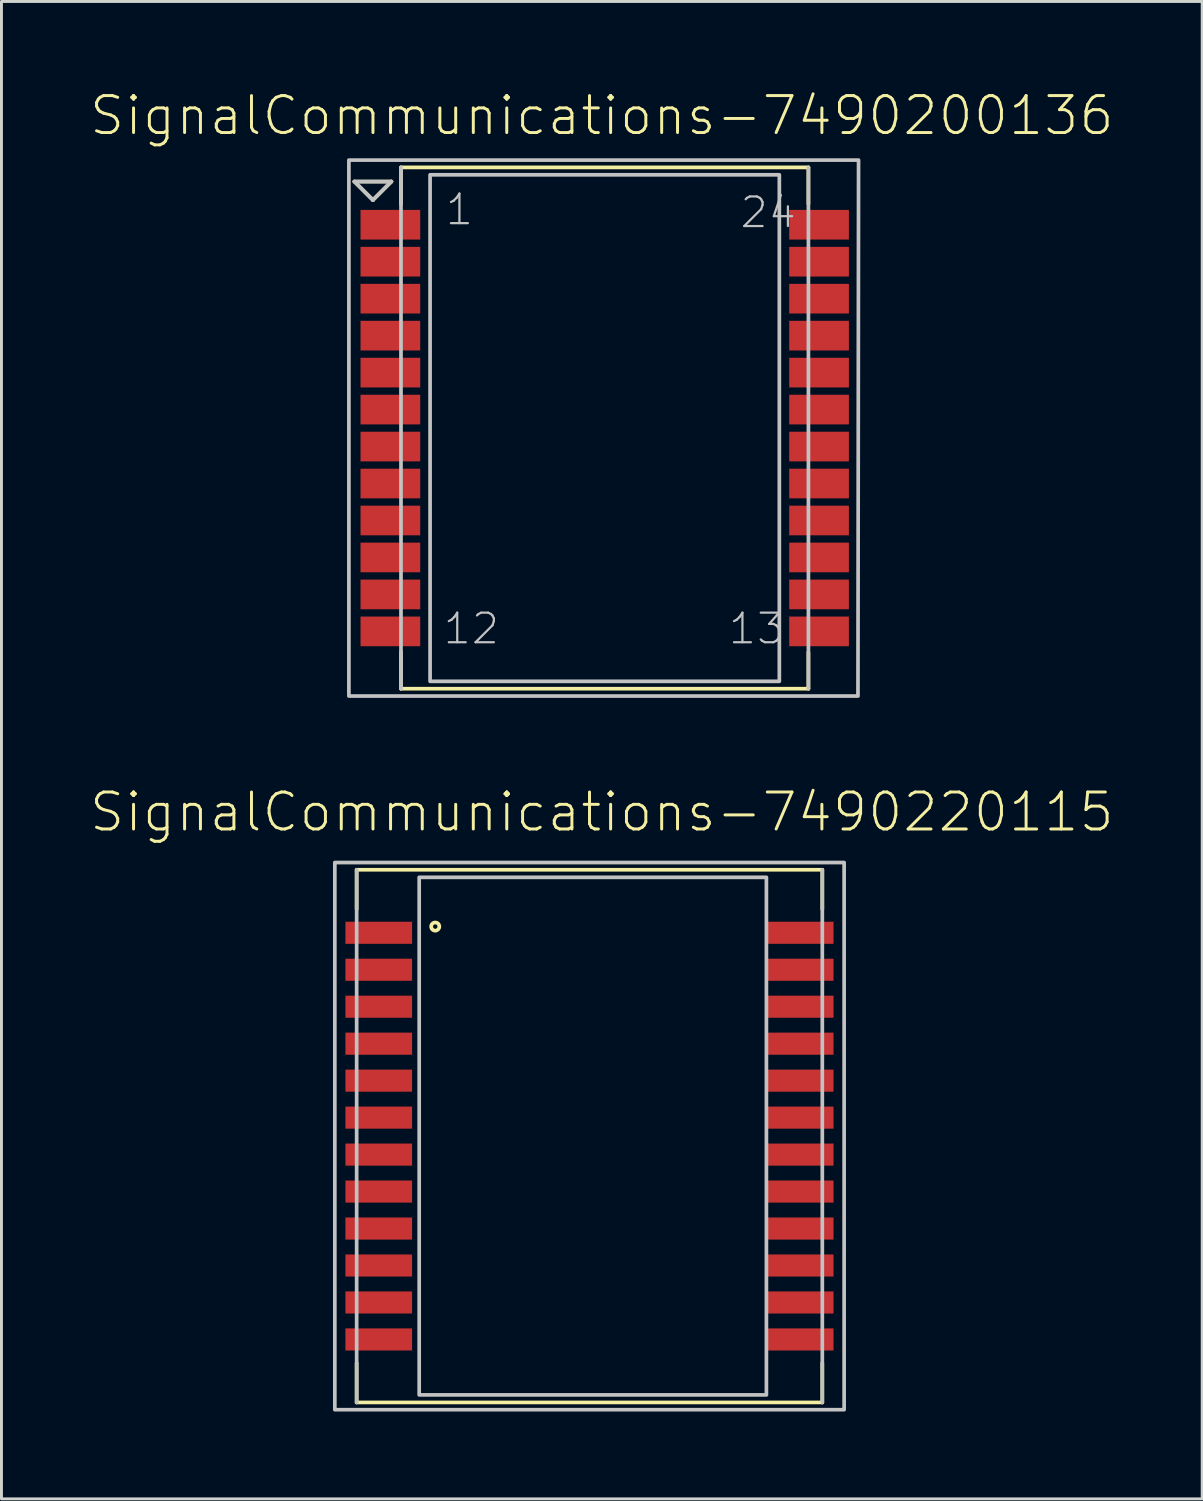
<source format=kicad_pcb>
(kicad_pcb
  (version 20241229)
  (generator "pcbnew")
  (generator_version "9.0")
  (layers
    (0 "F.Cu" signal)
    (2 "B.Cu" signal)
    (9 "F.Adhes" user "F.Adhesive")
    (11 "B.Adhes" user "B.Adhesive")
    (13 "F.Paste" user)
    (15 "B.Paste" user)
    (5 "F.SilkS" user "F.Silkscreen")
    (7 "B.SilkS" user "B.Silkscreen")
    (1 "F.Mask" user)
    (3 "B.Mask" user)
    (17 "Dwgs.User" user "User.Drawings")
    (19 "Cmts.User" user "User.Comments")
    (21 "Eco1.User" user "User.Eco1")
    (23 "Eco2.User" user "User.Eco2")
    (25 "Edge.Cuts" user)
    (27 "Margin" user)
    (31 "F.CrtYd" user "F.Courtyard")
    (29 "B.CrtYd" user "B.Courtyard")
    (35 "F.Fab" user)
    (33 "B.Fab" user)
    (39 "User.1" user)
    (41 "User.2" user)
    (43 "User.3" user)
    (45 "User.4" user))
  (footprint "SignalCommunications-7490220115"
    (layer "F.Cu")
    (at 17.2 35.978)
    (property "Reference" "SignalCommunications-7490220115" (at 0.424 -11.133 0) (layer "F.SilkS") (effects (font (size 1.27 1.27) (thickness 0.102))))
    (attr smd)
    (fp_line (start -7.998 -9.149) (end 7.998 -9.149) (stroke (width 0.127) (type solid)) (layer "F.SilkS"))
    (fp_line (start -7.998 -7.798) (end -7.998 -9.149) (stroke (width 0.127) (type solid)) (layer "F.SilkS"))
    (fp_line (start -7.998 7.798) (end -7.998 9.149) (stroke (width 0.127) (type solid)) (layer "F.SilkS"))
    (fp_line (start 7.998 -7.798) (end 7.998 -9.149) (stroke (width 0.127) (type solid)) (layer "F.SilkS"))
    (fp_line (start 7.998 7.798) (end 7.998 9.149) (stroke (width 0.127) (type solid)) (layer "F.SilkS"))
    (fp_line (start 7.998 9.149) (end -7.998 9.149) (stroke (width 0.127) (type solid)) (layer "F.SilkS"))
    (fp_circle (center -5.298 -7.198) (end -5.298 -7.338) (stroke (width 0.127) (type solid)) (fill no) (layer "F.SilkS"))
    (fp_line (start -7.998 9.149) (end -7.998 -9.149) (stroke (width 0.127) (type solid)) (layer "Dwgs.User"))
    (fp_line (start 7.998 -9.149) (end 7.998 9.149) (stroke (width 0.127) (type solid)) (layer "Dwgs.User"))
    (fp_poly (pts (xy -8.748 -9.398) (xy 8.748 -9.398) (xy 8.748 9.398) (xy -8.748 9.398) (xy -8.748 -9.398)) (stroke (width 0.127) (type solid)) (fill no) (layer "Dwgs.User"))
    (fp_poly (pts (xy -5.85 -8.89) (xy 6.078 -8.89) (xy 6.078 8.89) (xy -5.85 8.89) (xy -5.85 -8.89)) (stroke (width 0.127) (type solid)) (fill no) (layer "Dwgs.User"))
    (pad "1" smd rect (at -7.239 -6.985) (size 2.289 0.759) (layers "F.Cu" "F.Mask" "F.Paste"))
    (pad "2" smd rect (at -7.239 -5.715) (size 2.289 0.759) (layers "F.Cu" "F.Mask" "F.Paste"))
    (pad "3" smd rect (at -7.239 -4.445) (size 2.289 0.759) (layers "F.Cu" "F.Mask" "F.Paste"))
    (pad "4" smd rect (at -7.239 -3.175) (size 2.289 0.759) (layers "F.Cu" "F.Mask" "F.Paste"))
    (pad "5" smd rect (at -7.239 -1.905) (size 2.289 0.759) (layers "F.Cu" "F.Mask" "F.Paste"))
    (pad "6" smd rect (at -7.239 -0.635) (size 2.289 0.759) (layers "F.Cu" "F.Mask" "F.Paste"))
    (pad "7" smd rect (at -7.239 0.635) (size 2.289 0.759) (layers "F.Cu" "F.Mask" "F.Paste"))
    (pad "8" smd rect (at -7.239 1.905) (size 2.289 0.759) (layers "F.Cu" "F.Mask" "F.Paste"))
    (pad "9" smd rect (at -7.239 3.175) (size 2.289 0.759) (layers "F.Cu" "F.Mask" "F.Paste"))
    (pad "10" smd rect (at -7.239 4.445) (size 2.289 0.759) (layers "F.Cu" "F.Mask" "F.Paste"))
    (pad "11" smd rect (at -7.239 5.715) (size 2.289 0.759) (layers "F.Cu" "F.Mask" "F.Paste"))
    (pad "12" smd rect (at -7.239 6.985) (size 2.289 0.759) (layers "F.Cu" "F.Mask" "F.Paste"))
    (pad "13" smd rect (at 7.239 6.985) (size 2.289 0.759) (layers "F.Cu" "F.Mask" "F.Paste"))
    (pad "14" smd rect (at 7.239 5.715) (size 2.289 0.759) (layers "F.Cu" "F.Mask" "F.Paste"))
    (pad "15" smd rect (at 7.239 4.445) (size 2.289 0.759) (layers "F.Cu" "F.Mask" "F.Paste"))
    (pad "16" smd rect (at 7.239 3.175) (size 2.289 0.759) (layers "F.Cu" "F.Mask" "F.Paste"))
    (pad "17" smd rect (at 7.239 1.905) (size 2.289 0.759) (layers "F.Cu" "F.Mask" "F.Paste"))
    (pad "18" smd rect (at 7.239 0.635) (size 2.289 0.759) (layers "F.Cu" "F.Mask" "F.Paste"))
    (pad "19" smd rect (at 7.239 -0.635) (size 2.289 0.759) (layers "F.Cu" "F.Mask" "F.Paste"))
    (pad "20" smd rect (at 7.239 -1.905) (size 2.289 0.759) (layers "F.Cu" "F.Mask" "F.Paste"))
    (pad "21" smd rect (at 7.239 -3.175) (size 2.289 0.759) (layers "F.Cu" "F.Mask" "F.Paste"))
    (pad "22" smd rect (at 7.239 -4.445) (size 2.289 0.759) (layers "F.Cu" "F.Mask" "F.Paste"))
    (pad "23" smd rect (at 7.239 -5.715) (size 2.289 0.759) (layers "F.Cu" "F.Mask" "F.Paste"))
    (pad "24" smd rect (at 7.239 -6.985) (size 2.289 0.759) (layers "F.Cu" "F.Mask" "F.Paste")))
  (footprint "SignalCommunications-7490200136"
    (layer "F.Cu")
    (at 17.723 11.655)
    (property "Reference" "SignalCommunications-7490200136" (at -0.099 -10.734 0) (layer "F.SilkS") (effects (font (size 1.27 1.27) (thickness 0.102))))
    (attr smd)
    (fp_line (start -8.598 -8.468) (end -7.963 -7.833) (stroke (width 0.127) (type solid)) (layer "F.SilkS"))
    (fp_line (start -7.963 -7.833) (end -7.328 -8.468) (stroke (width 0.127) (type solid)) (layer "F.SilkS"))
    (fp_line (start -7.328 -8.468) (end -8.598 -8.468) (stroke (width 0.127) (type solid)) (layer "F.SilkS"))
    (fp_line (start -6.998 -8.954) (end 6.998 -8.954) (stroke (width 0.127) (type solid)) (layer "F.SilkS"))
    (fp_line (start -6.998 -7.699) (end -6.998 -8.954) (stroke (width 0.127) (type solid)) (layer "F.SilkS"))
    (fp_line (start -6.998 7.699) (end -6.998 8.954) (stroke (width 0.127) (type solid)) (layer "F.SilkS"))
    (fp_line (start 6.998 -7.699) (end 6.998 -8.954) (stroke (width 0.127) (type solid)) (layer "F.SilkS"))
    (fp_line (start 6.998 7.699) (end 6.998 8.954) (stroke (width 0.127) (type solid)) (layer "F.SilkS"))
    (fp_line (start 6.998 8.954) (end -6.998 8.954) (stroke (width 0.127) (type solid)) (layer "F.SilkS"))
    (fp_line (start -8.598 -8.468) (end -7.963 -7.833) (stroke (width 0.127) (type solid)) (layer "Dwgs.User"))
    (fp_line (start -7.963 -7.833) (end -7.328 -8.468) (stroke (width 0.127) (type solid)) (layer "Dwgs.User"))
    (fp_line (start -7.328 -8.468) (end -8.598 -8.468) (stroke (width 0.127) (type solid)) (layer "Dwgs.User"))
    (fp_line (start -6.998 8.954) (end -6.998 -8.954) (stroke (width 0.127) (type solid)) (layer "Dwgs.User"))
    (fp_line (start 6.998 -8.954) (end 6.998 8.954) (stroke (width 0.127) (type solid)) (layer "Dwgs.User"))
    (fp_poly (pts (xy 5.999 -8.7) (xy 5.999 8.7) (xy -5.999 8.7) (xy -5.999 -8.7) (xy 5.999 -8.7)) (stroke (width 0.127) (type solid)) (fill no) (layer "Dwgs.User"))
    (fp_poly (pts (xy 8.7 9.205) (xy -8.788 9.205) (xy -8.788 -9.205) (xy 8.72 -9.205) (xy 8.7 9.205)) (stroke (width 0.127) (type solid)) (fill no) (layer "Dwgs.User"))
    (fp_text user "13" (at 5.215 6.891 0) (layer "Dwgs.User") (effects (font (size 1.016 1.016) (thickness 0.076))))
    (fp_text user "1" (at -4.991 -7.506 0) (layer "Dwgs.User") (effects (font (size 1.016 1.016) (thickness 0.076))))
    (fp_text user "24" (at 5.616 -7.407 0) (layer "Dwgs.User") (effects (font (size 1.016 1.016) (thickness 0.076))))
    (fp_text user "12" (at -4.582 6.891 0) (layer "Dwgs.User") (effects (font (size 1.016 1.016) (thickness 0.076))))
    (pad "1" smd rect (at -7.363 -6.985) (size 2.05 1.019) (layers "F.Cu" "F.Mask" "F.Paste"))
    (pad "2" smd rect (at -7.363 -5.715) (size 2.05 1.019) (layers "F.Cu" "F.Mask" "F.Paste"))
    (pad "3" smd rect (at -7.363 -4.445) (size 2.05 1.019) (layers "F.Cu" "F.Mask" "F.Paste"))
    (pad "4" smd rect (at -7.363 -3.175) (size 2.05 1.019) (layers "F.Cu" "F.Mask" "F.Paste"))
    (pad "5" smd rect (at -7.363 -1.905) (size 2.05 1.019) (layers "F.Cu" "F.Mask" "F.Paste"))
    (pad "6" smd rect (at -7.363 -0.635) (size 2.05 1.019) (layers "F.Cu" "F.Mask" "F.Paste"))
    (pad "7" smd rect (at -7.363 0.635) (size 2.05 1.019) (layers "F.Cu" "F.Mask" "F.Paste"))
    (pad "8" smd rect (at -7.363 1.905) (size 2.05 1.019) (layers "F.Cu" "F.Mask" "F.Paste"))
    (pad "9" smd rect (at -7.363 3.175) (size 2.05 1.019) (layers "F.Cu" "F.Mask" "F.Paste"))
    (pad "10" smd rect (at -7.363 4.445) (size 2.05 1.019) (layers "F.Cu" "F.Mask" "F.Paste"))
    (pad "11" smd rect (at -7.363 5.715) (size 2.05 1.019) (layers "F.Cu" "F.Mask" "F.Paste"))
    (pad "12" smd rect (at -7.363 6.985) (size 2.05 1.019) (layers "F.Cu" "F.Mask" "F.Paste"))
    (pad "13" smd rect (at 7.363 6.985) (size 2.05 1.019) (layers "F.Cu" "F.Mask" "F.Paste"))
    (pad "14" smd rect (at 7.363 5.715) (size 2.05 1.019) (layers "F.Cu" "F.Mask" "F.Paste"))
    (pad "15" smd rect (at 7.363 4.445) (size 2.05 1.019) (layers "F.Cu" "F.Mask" "F.Paste"))
    (pad "16" smd rect (at 7.363 3.175) (size 2.05 1.019) (layers "F.Cu" "F.Mask" "F.Paste"))
    (pad "17" smd rect (at 7.363 1.905) (size 2.05 1.019) (layers "F.Cu" "F.Mask" "F.Paste"))
    (pad "18" smd rect (at 7.363 0.635) (size 2.05 1.019) (layers "F.Cu" "F.Mask" "F.Paste"))
    (pad "19" smd rect (at 7.363 -0.635) (size 2.05 1.019) (layers "F.Cu" "F.Mask" "F.Paste"))
    (pad "20" smd rect (at 7.363 -1.905) (size 2.05 1.019) (layers "F.Cu" "F.Mask" "F.Paste"))
    (pad "21" smd rect (at 7.363 -3.175) (size 2.05 1.019) (layers "F.Cu" "F.Mask" "F.Paste"))
    (pad "22" smd rect (at 7.363 -4.445) (size 2.05 1.019) (layers "F.Cu" "F.Mask" "F.Paste"))
    (pad "23" smd rect (at 7.363 -5.715) (size 2.05 1.019) (layers "F.Cu" "F.Mask" "F.Paste"))
    (pad "24" smd rect (at 7.363 -6.985) (size 2.05 1.019) (layers "F.Cu" "F.Mask" "F.Paste")))
  (gr_rect
    (start -3 -3)
    (end 38.248 48.439)
    (stroke (width 0.1) (type default))
    (fill no)
    (layer "Edge.Cuts")))
</source>
